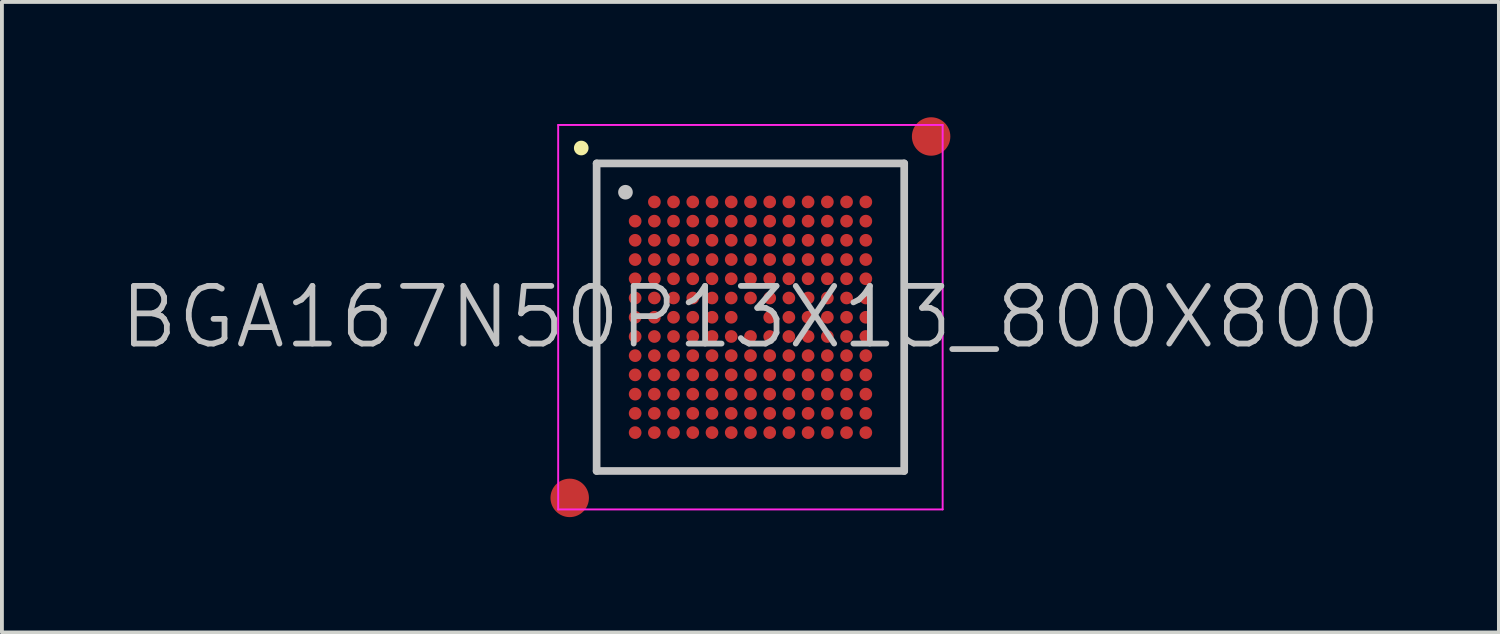
<source format=kicad_pcb>
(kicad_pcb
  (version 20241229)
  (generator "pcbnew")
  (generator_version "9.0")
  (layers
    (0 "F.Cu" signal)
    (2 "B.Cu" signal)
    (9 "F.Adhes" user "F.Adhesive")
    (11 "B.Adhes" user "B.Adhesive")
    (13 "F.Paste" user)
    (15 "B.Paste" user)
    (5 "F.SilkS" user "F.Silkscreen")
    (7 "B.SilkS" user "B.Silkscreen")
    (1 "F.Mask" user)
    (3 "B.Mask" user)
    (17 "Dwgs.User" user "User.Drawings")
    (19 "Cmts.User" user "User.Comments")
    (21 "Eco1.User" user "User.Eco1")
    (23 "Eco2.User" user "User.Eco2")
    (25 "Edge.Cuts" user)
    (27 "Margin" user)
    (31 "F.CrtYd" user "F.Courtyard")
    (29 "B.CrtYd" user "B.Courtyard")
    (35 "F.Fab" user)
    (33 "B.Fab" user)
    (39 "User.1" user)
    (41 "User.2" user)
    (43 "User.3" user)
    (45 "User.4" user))
  (footprint "BGA167N50P13X13_800X800"
    (layer "F.Cu")
    (at 16.468 5.2)
    (property "Reference" "BGA167N50P13X13_800X800" (at 0 0 0) (layer "Dwgs.User") (effects (font (size 1.5 1.5) (thickness 0.15))))
    (attr smd)
    (fp_line (start -4.4 -4.4) (end -4.4 -4.4) (stroke (width 0.381) (type solid)) (layer "F.SilkS"))
    (fp_line (start -4 -4) (end -4 4) (stroke (width 0.2) (type solid)) (layer "Dwgs.User"))
    (fp_line (start -4 -4) (end 4 -4) (stroke (width 0.2) (type solid)) (layer "Dwgs.User"))
    (fp_line (start -4 4) (end 4 4) (stroke (width 0.2) (type solid)) (layer "Dwgs.User"))
    (fp_line (start -3.25 -3.25) (end -3.25 -3.25) (stroke (width 0.381) (type solid)) (layer "Dwgs.User"))
    (fp_line (start 4 -4) (end 4 4) (stroke (width 0.2) (type solid)) (layer "Dwgs.User"))
    (fp_line (start -5 -5) (end -5 5) (stroke (width 0.05) (type solid)) (layer "F.CrtYd"))
    (fp_line (start -5 -5) (end 5 -5) (stroke (width 0.05) (type solid)) (layer "F.CrtYd"))
    (fp_line (start -5 5) (end 5 5) (stroke (width 0.05) (type solid)) (layer "F.CrtYd"))
    (fp_line (start 5 -5) (end 5 5) (stroke (width 0.05) (type solid)) (layer "F.CrtYd"))
    (pad "" smd circle (at -4.7 4.7) (size 1 1) (layers "F.Cu" "F.Mask"))
    (pad "" smd circle (at 4.7 -4.7) (size 1 1) (layers "F.Cu" "F.Mask"))
    (pad "A2" smd circle (at -2.498 -2.998) (size 0.33 0.33) (layers "F.Cu" "F.Mask" "F.Paste"))
    (pad "A3" smd circle (at -2 -2.998) (size 0.33 0.33) (layers "F.Cu" "F.Mask" "F.Paste"))
    (pad "A4" smd circle (at -1.499 -2.998) (size 0.33 0.33) (layers "F.Cu" "F.Mask" "F.Paste"))
    (pad "A5" smd circle (at -0.999 -2.998) (size 0.33 0.33) (layers "F.Cu" "F.Mask" "F.Paste"))
    (pad "A6" smd circle (at -0.499 -2.998) (size 0.33 0.33) (layers "F.Cu" "F.Mask" "F.Paste"))
    (pad "A7" smd circle (at 0.002 -2.998) (size 0.33 0.33) (layers "F.Cu" "F.Mask" "F.Paste"))
    (pad "A8" smd circle (at 0.502 -2.998) (size 0.33 0.33) (layers "F.Cu" "F.Mask" "F.Paste"))
    (pad "A9" smd circle (at 1 -2.998) (size 0.33 0.33) (layers "F.Cu" "F.Mask" "F.Paste"))
    (pad "A10" smd circle (at 1.5 -2.998) (size 0.33 0.33) (layers "F.Cu" "F.Mask" "F.Paste"))
    (pad "A11" smd circle (at 2.001 -2.998) (size 0.33 0.33) (layers "F.Cu" "F.Mask" "F.Paste"))
    (pad "A12" smd circle (at 2.501 -2.998) (size 0.33 0.33) (layers "F.Cu" "F.Mask" "F.Paste"))
    (pad "A13" smd circle (at 3.002 -2.998) (size 0.33 0.33) (layers "F.Cu" "F.Mask" "F.Paste"))
    (pad "B1" smd circle (at -2.998 -2.498) (size 0.33 0.33) (layers "F.Cu" "F.Mask" "F.Paste"))
    (pad "B2" smd circle (at -2.498 -2.498) (size 0.33 0.33) (layers "F.Cu" "F.Mask" "F.Paste"))
    (pad "B3" smd circle (at -2 -2.498) (size 0.33 0.33) (layers "F.Cu" "F.Mask" "F.Paste"))
    (pad "B4" smd circle (at -1.499 -2.498) (size 0.33 0.33) (layers "F.Cu" "F.Mask" "F.Paste"))
    (pad "B5" smd circle (at -0.999 -2.498) (size 0.33 0.33) (layers "F.Cu" "F.Mask" "F.Paste"))
    (pad "B6" smd circle (at -0.499 -2.498) (size 0.33 0.33) (layers "F.Cu" "F.Mask" "F.Paste"))
    (pad "B7" smd circle (at 0.002 -2.498) (size 0.33 0.33) (layers "F.Cu" "F.Mask" "F.Paste"))
    (pad "B8" smd circle (at 0.502 -2.498) (size 0.33 0.33) (layers "F.Cu" "F.Mask" "F.Paste"))
    (pad "B9" smd circle (at 1 -2.498) (size 0.33 0.33) (layers "F.Cu" "F.Mask" "F.Paste"))
    (pad "B10" smd circle (at 1.5 -2.498) (size 0.33 0.33) (layers "F.Cu" "F.Mask" "F.Paste"))
    (pad "B11" smd circle (at 2.001 -2.498) (size 0.33 0.33) (layers "F.Cu" "F.Mask" "F.Paste"))
    (pad "B12" smd circle (at 2.501 -2.498) (size 0.33 0.33) (layers "F.Cu" "F.Mask" "F.Paste"))
    (pad "B13" smd circle (at 3.002 -2.498) (size 0.33 0.33) (layers "F.Cu" "F.Mask" "F.Paste"))
    (pad "C1" smd circle (at -2.998 -2) (size 0.33 0.33) (layers "F.Cu" "F.Mask" "F.Paste"))
    (pad "C2" smd circle (at -2.498 -2) (size 0.33 0.33) (layers "F.Cu" "F.Mask" "F.Paste"))
    (pad "C3" smd circle (at -2 -2) (size 0.33 0.33) (layers "F.Cu" "F.Mask" "F.Paste"))
    (pad "C4" smd circle (at -1.499 -2) (size 0.33 0.33) (layers "F.Cu" "F.Mask" "F.Paste"))
    (pad "C5" smd circle (at -0.999 -2) (size 0.33 0.33) (layers "F.Cu" "F.Mask" "F.Paste"))
    (pad "C6" smd circle (at -0.499 -2) (size 0.33 0.33) (layers "F.Cu" "F.Mask" "F.Paste"))
    (pad "C7" smd circle (at 0.002 -2) (size 0.33 0.33) (layers "F.Cu" "F.Mask" "F.Paste"))
    (pad "C8" smd circle (at 0.502 -2) (size 0.33 0.33) (layers "F.Cu" "F.Mask" "F.Paste"))
    (pad "C9" smd circle (at 1 -2) (size 0.33 0.33) (layers "F.Cu" "F.Mask" "F.Paste"))
    (pad "C10" smd circle (at 1.5 -2) (size 0.33 0.33) (layers "F.Cu" "F.Mask" "F.Paste"))
    (pad "C11" smd circle (at 2.001 -2) (size 0.33 0.33) (layers "F.Cu" "F.Mask" "F.Paste"))
    (pad "C12" smd circle (at 2.501 -2) (size 0.33 0.33) (layers "F.Cu" "F.Mask" "F.Paste"))
    (pad "C13" smd circle (at 3.002 -2) (size 0.33 0.33) (layers "F.Cu" "F.Mask" "F.Paste"))
    (pad "D1" smd circle (at -2.998 -1.499) (size 0.33 0.33) (layers "F.Cu" "F.Mask" "F.Paste"))
    (pad "D2" smd circle (at -2.498 -1.499) (size 0.33 0.33) (layers "F.Cu" "F.Mask" "F.Paste"))
    (pad "D3" smd circle (at -2 -1.499) (size 0.33 0.33) (layers "F.Cu" "F.Mask" "F.Paste"))
    (pad "D4" smd circle (at -1.499 -1.499) (size 0.33 0.33) (layers "F.Cu" "F.Mask" "F.Paste"))
    (pad "D5" smd circle (at -0.999 -1.499) (size 0.33 0.33) (layers "F.Cu" "F.Mask" "F.Paste"))
    (pad "D6" smd circle (at -0.499 -1.499) (size 0.33 0.33) (layers "F.Cu" "F.Mask" "F.Paste"))
    (pad "D7" smd circle (at 0.002 -1.499) (size 0.33 0.33) (layers "F.Cu" "F.Mask" "F.Paste"))
    (pad "D8" smd circle (at 0.502 -1.499) (size 0.33 0.33) (layers "F.Cu" "F.Mask" "F.Paste"))
    (pad "D9" smd circle (at 1 -1.499) (size 0.33 0.33) (layers "F.Cu" "F.Mask" "F.Paste"))
    (pad "D10" smd circle (at 1.5 -1.499) (size 0.33 0.33) (layers "F.Cu" "F.Mask" "F.Paste"))
    (pad "D11" smd circle (at 2.001 -1.499) (size 0.33 0.33) (layers "F.Cu" "F.Mask" "F.Paste"))
    (pad "D12" smd circle (at 2.501 -1.499) (size 0.33 0.33) (layers "F.Cu" "F.Mask" "F.Paste"))
    (pad "D13" smd circle (at 3.002 -1.499) (size 0.33 0.33) (layers "F.Cu" "F.Mask" "F.Paste"))
    (pad "E1" smd circle (at -2.998 -0.999) (size 0.33 0.33) (layers "F.Cu" "F.Mask" "F.Paste"))
    (pad "E2" smd circle (at -2.498 -0.999) (size 0.33 0.33) (layers "F.Cu" "F.Mask" "F.Paste"))
    (pad "E3" smd circle (at -2 -0.999) (size 0.33 0.33) (layers "F.Cu" "F.Mask" "F.Paste"))
    (pad "E4" smd circle (at -1.499 -0.999) (size 0.33 0.33) (layers "F.Cu" "F.Mask" "F.Paste"))
    (pad "E5" smd circle (at -0.999 -0.999) (size 0.33 0.33) (layers "F.Cu" "F.Mask" "F.Paste"))
    (pad "E6" smd circle (at -0.499 -0.999) (size 0.33 0.33) (layers "F.Cu" "F.Mask" "F.Paste"))
    (pad "E7" smd circle (at 0.002 -0.999) (size 0.33 0.33) (layers "F.Cu" "F.Mask" "F.Paste"))
    (pad "E8" smd circle (at 0.502 -0.999) (size 0.33 0.33) (layers "F.Cu" "F.Mask" "F.Paste"))
    (pad "E9" smd circle (at 1 -0.999) (size 0.33 0.33) (layers "F.Cu" "F.Mask" "F.Paste"))
    (pad "E10" smd circle (at 1.5 -0.999) (size 0.33 0.33) (layers "F.Cu" "F.Mask" "F.Paste"))
    (pad "E11" smd circle (at 2.001 -0.999) (size 0.33 0.33) (layers "F.Cu" "F.Mask" "F.Paste"))
    (pad "E12" smd circle (at 2.501 -0.999) (size 0.33 0.33) (layers "F.Cu" "F.Mask" "F.Paste"))
    (pad "E13" smd circle (at 3.002 -0.999) (size 0.33 0.33) (layers "F.Cu" "F.Mask" "F.Paste"))
    (pad "F1" smd circle (at -2.998 -0.499) (size 0.33 0.33) (layers "F.Cu" "F.Mask" "F.Paste"))
    (pad "F2" smd circle (at -2.498 -0.499) (size 0.33 0.33) (layers "F.Cu" "F.Mask" "F.Paste"))
    (pad "F3" smd circle (at -2 -0.499) (size 0.33 0.33) (layers "F.Cu" "F.Mask" "F.Paste"))
    (pad "F4" smd circle (at -1.499 -0.499) (size 0.33 0.33) (layers "F.Cu" "F.Mask" "F.Paste"))
    (pad "F5" smd circle (at -0.999 -0.499) (size 0.33 0.33) (layers "F.Cu" "F.Mask" "F.Paste"))
    (pad "F6" smd circle (at -0.499 -0.499) (size 0.33 0.33) (layers "F.Cu" "F.Mask" "F.Paste"))
    (pad "F7" smd circle (at 0.002 -0.499) (size 0.33 0.33) (layers "F.Cu" "F.Mask" "F.Paste"))
    (pad "F8" smd circle (at 0.502 -0.499) (size 0.33 0.33) (layers "F.Cu" "F.Mask" "F.Paste"))
    (pad "F9" smd circle (at 1 -0.499) (size 0.33 0.33) (layers "F.Cu" "F.Mask" "F.Paste"))
    (pad "F10" smd circle (at 1.5 -0.499) (size 0.33 0.33) (layers "F.Cu" "F.Mask" "F.Paste"))
    (pad "F11" smd circle (at 2.001 -0.499) (size 0.33 0.33) (layers "F.Cu" "F.Mask" "F.Paste"))
    (pad "F12" smd circle (at 2.501 -0.499) (size 0.33 0.33) (layers "F.Cu" "F.Mask" "F.Paste"))
    (pad "F13" smd circle (at 3.002 -0.499) (size 0.33 0.33) (layers "F.Cu" "F.Mask" "F.Paste"))
    (pad "G1" smd circle (at -2.998 0.002) (size 0.33 0.33) (layers "F.Cu" "F.Mask" "F.Paste"))
    (pad "G2" smd circle (at -2.498 0.002) (size 0.33 0.33) (layers "F.Cu" "F.Mask" "F.Paste"))
    (pad "G3" smd circle (at -2 0.002) (size 0.33 0.33) (layers "F.Cu" "F.Mask" "F.Paste"))
    (pad "G4" smd circle (at -1.499 0.002) (size 0.33 0.33) (layers "F.Cu" "F.Mask" "F.Paste"))
    (pad "G5" smd circle (at -0.999 0.002) (size 0.33 0.33) (layers "F.Cu" "F.Mask" "F.Paste"))
    (pad "G6" smd circle (at -0.499 0.002) (size 0.33 0.33) (layers "F.Cu" "F.Mask" "F.Paste"))
    (pad "G8" smd circle (at 0.502 0.002) (size 0.33 0.33) (layers "F.Cu" "F.Mask" "F.Paste"))
    (pad "G9" smd circle (at 1 0.002) (size 0.33 0.33) (layers "F.Cu" "F.Mask" "F.Paste"))
    (pad "G10" smd circle (at 1.5 0.002) (size 0.33 0.33) (layers "F.Cu" "F.Mask" "F.Paste"))
    (pad "G11" smd circle (at 2.001 0.002) (size 0.33 0.33) (layers "F.Cu" "F.Mask" "F.Paste"))
    (pad "G12" smd circle (at 2.501 0.002) (size 0.33 0.33) (layers "F.Cu" "F.Mask" "F.Paste"))
    (pad "G13" smd circle (at 3.002 0.002) (size 0.33 0.33) (layers "F.Cu" "F.Mask" "F.Paste"))
    (pad "H1" smd circle (at -2.998 0.502) (size 0.33 0.33) (layers "F.Cu" "F.Mask" "F.Paste"))
    (pad "H2" smd circle (at -2.498 0.502) (size 0.33 0.33) (layers "F.Cu" "F.Mask" "F.Paste"))
    (pad "H3" smd circle (at -2 0.502) (size 0.33 0.33) (layers "F.Cu" "F.Mask" "F.Paste"))
    (pad "H4" smd circle (at -1.499 0.502) (size 0.33 0.33) (layers "F.Cu" "F.Mask" "F.Paste"))
    (pad "H5" smd circle (at -0.999 0.502) (size 0.33 0.33) (layers "F.Cu" "F.Mask" "F.Paste"))
    (pad "H6" smd circle (at -0.499 0.502) (size 0.33 0.33) (layers "F.Cu" "F.Mask" "F.Paste"))
    (pad "H7" smd circle (at 0.002 0.502) (size 0.33 0.33) (layers "F.Cu" "F.Mask" "F.Paste"))
    (pad "H8" smd circle (at 0.502 0.502) (size 0.33 0.33) (layers "F.Cu" "F.Mask" "F.Paste"))
    (pad "H9" smd circle (at 1 0.502) (size 0.33 0.33) (layers "F.Cu" "F.Mask" "F.Paste"))
    (pad "H10" smd circle (at 1.5 0.502) (size 0.33 0.33) (layers "F.Cu" "F.Mask" "F.Paste"))
    (pad "H11" smd circle (at 2.001 0.502) (size 0.33 0.33) (layers "F.Cu" "F.Mask" "F.Paste"))
    (pad "H12" smd circle (at 2.501 0.502) (size 0.33 0.33) (layers "F.Cu" "F.Mask" "F.Paste"))
    (pad "H13" smd circle (at 3.002 0.502) (size 0.33 0.33) (layers "F.Cu" "F.Mask" "F.Paste"))
    (pad "J1" smd circle (at -2.998 1) (size 0.33 0.33) (layers "F.Cu" "F.Mask" "F.Paste"))
    (pad "J2" smd circle (at -2.498 1) (size 0.33 0.33) (layers "F.Cu" "F.Mask" "F.Paste"))
    (pad "J3" smd circle (at -2 1) (size 0.33 0.33) (layers "F.Cu" "F.Mask" "F.Paste"))
    (pad "J4" smd circle (at -1.499 1) (size 0.33 0.33) (layers "F.Cu" "F.Mask" "F.Paste"))
    (pad "J5" smd circle (at -0.999 1) (size 0.33 0.33) (layers "F.Cu" "F.Mask" "F.Paste"))
    (pad "J6" smd circle (at -0.499 1) (size 0.33 0.33) (layers "F.Cu" "F.Mask" "F.Paste"))
    (pad "J7" smd circle (at 0.002 1) (size 0.33 0.33) (layers "F.Cu" "F.Mask" "F.Paste"))
    (pad "J8" smd circle (at 0.502 1) (size 0.33 0.33) (layers "F.Cu" "F.Mask" "F.Paste"))
    (pad "J9" smd circle (at 1 1) (size 0.33 0.33) (layers "F.Cu" "F.Mask" "F.Paste"))
    (pad "J10" smd circle (at 1.5 1) (size 0.33 0.33) (layers "F.Cu" "F.Mask" "F.Paste"))
    (pad "J11" smd circle (at 2.001 1) (size 0.33 0.33) (layers "F.Cu" "F.Mask" "F.Paste"))
    (pad "J12" smd circle (at 2.501 1) (size 0.33 0.33) (layers "F.Cu" "F.Mask" "F.Paste"))
    (pad "J13" smd circle (at 3.002 1) (size 0.33 0.33) (layers "F.Cu" "F.Mask" "F.Paste"))
    (pad "K1" smd circle (at -2.998 1.5) (size 0.33 0.33) (layers "F.Cu" "F.Mask" "F.Paste"))
    (pad "K2" smd circle (at -2.498 1.5) (size 0.33 0.33) (layers "F.Cu" "F.Mask" "F.Paste"))
    (pad "K3" smd circle (at -2 1.5) (size 0.33 0.33) (layers "F.Cu" "F.Mask" "F.Paste"))
    (pad "K4" smd circle (at -1.499 1.5) (size 0.33 0.33) (layers "F.Cu" "F.Mask" "F.Paste"))
    (pad "K5" smd circle (at -0.999 1.5) (size 0.33 0.33) (layers "F.Cu" "F.Mask" "F.Paste"))
    (pad "K6" smd circle (at -0.499 1.5) (size 0.33 0.33) (layers "F.Cu" "F.Mask" "F.Paste"))
    (pad "K7" smd circle (at 0.002 1.5) (size 0.33 0.33) (layers "F.Cu" "F.Mask" "F.Paste"))
    (pad "K8" smd circle (at 0.502 1.5) (size 0.33 0.33) (layers "F.Cu" "F.Mask" "F.Paste"))
    (pad "K9" smd circle (at 1 1.5) (size 0.33 0.33) (layers "F.Cu" "F.Mask" "F.Paste"))
    (pad "K10" smd circle (at 1.5 1.5) (size 0.33 0.33) (layers "F.Cu" "F.Mask" "F.Paste"))
    (pad "K11" smd circle (at 2.001 1.5) (size 0.33 0.33) (layers "F.Cu" "F.Mask" "F.Paste"))
    (pad "K12" smd circle (at 2.501 1.5) (size 0.33 0.33) (layers "F.Cu" "F.Mask" "F.Paste"))
    (pad "K13" smd circle (at 3.002 1.5) (size 0.33 0.33) (layers "F.Cu" "F.Mask" "F.Paste"))
    (pad "L1" smd circle (at -2.998 2.001) (size 0.33 0.33) (layers "F.Cu" "F.Mask" "F.Paste"))
    (pad "L2" smd circle (at -2.498 2.001) (size 0.33 0.33) (layers "F.Cu" "F.Mask" "F.Paste"))
    (pad "L3" smd circle (at -2 2.001) (size 0.33 0.33) (layers "F.Cu" "F.Mask" "F.Paste"))
    (pad "L4" smd circle (at -1.499 2.001) (size 0.33 0.33) (layers "F.Cu" "F.Mask" "F.Paste"))
    (pad "L5" smd circle (at -0.999 2.001) (size 0.33 0.33) (layers "F.Cu" "F.Mask" "F.Paste"))
    (pad "L6" smd circle (at -0.499 2.001) (size 0.33 0.33) (layers "F.Cu" "F.Mask" "F.Paste"))
    (pad "L7" smd circle (at 0.002 2.001) (size 0.33 0.33) (layers "F.Cu" "F.Mask" "F.Paste"))
    (pad "L8" smd circle (at 0.502 2.001) (size 0.33 0.33) (layers "F.Cu" "F.Mask" "F.Paste"))
    (pad "L9" smd circle (at 1 2.001) (size 0.33 0.33) (layers "F.Cu" "F.Mask" "F.Paste"))
    (pad "L10" smd circle (at 1.5 2.001) (size 0.33 0.33) (layers "F.Cu" "F.Mask" "F.Paste"))
    (pad "L11" smd circle (at 2.001 2.001) (size 0.33 0.33) (layers "F.Cu" "F.Mask" "F.Paste"))
    (pad "L12" smd circle (at 2.501 2.001) (size 0.33 0.33) (layers "F.Cu" "F.Mask" "F.Paste"))
    (pad "L13" smd circle (at 3.002 2.001) (size 0.33 0.33) (layers "F.Cu" "F.Mask" "F.Paste"))
    (pad "M1" smd circle (at -2.998 2.501) (size 0.33 0.33) (layers "F.Cu" "F.Mask" "F.Paste"))
    (pad "M2" smd circle (at -2.498 2.501) (size 0.33 0.33) (layers "F.Cu" "F.Mask" "F.Paste"))
    (pad "M3" smd circle (at -2 2.501) (size 0.33 0.33) (layers "F.Cu" "F.Mask" "F.Paste"))
    (pad "M4" smd circle (at -1.499 2.501) (size 0.33 0.33) (layers "F.Cu" "F.Mask" "F.Paste"))
    (pad "M5" smd circle (at -0.999 2.501) (size 0.33 0.33) (layers "F.Cu" "F.Mask" "F.Paste"))
    (pad "M6" smd circle (at -0.499 2.501) (size 0.33 0.33) (layers "F.Cu" "F.Mask" "F.Paste"))
    (pad "M7" smd circle (at 0.002 2.501) (size 0.33 0.33) (layers "F.Cu" "F.Mask" "F.Paste"))
    (pad "M8" smd circle (at 0.502 2.501) (size 0.33 0.33) (layers "F.Cu" "F.Mask" "F.Paste"))
    (pad "M9" smd circle (at 1 2.501) (size 0.33 0.33) (layers "F.Cu" "F.Mask" "F.Paste"))
    (pad "M10" smd circle (at 1.5 2.501) (size 0.33 0.33) (layers "F.Cu" "F.Mask" "F.Paste"))
    (pad "M11" smd circle (at 2.001 2.501) (size 0.33 0.33) (layers "F.Cu" "F.Mask" "F.Paste"))
    (pad "M12" smd circle (at 2.501 2.501) (size 0.33 0.33) (layers "F.Cu" "F.Mask" "F.Paste"))
    (pad "M13" smd circle (at 3.002 2.501) (size 0.33 0.33) (layers "F.Cu" "F.Mask" "F.Paste"))
    (pad "N1" smd circle (at -2.998 3.002) (size 0.33 0.33) (layers "F.Cu" "F.Mask" "F.Paste"))
    (pad "N2" smd circle (at -2.498 3.002) (size 0.33 0.33) (layers "F.Cu" "F.Mask" "F.Paste"))
    (pad "N3" smd circle (at -2 3.002) (size 0.33 0.33) (layers "F.Cu" "F.Mask" "F.Paste"))
    (pad "N4" smd circle (at -1.499 3.002) (size 0.33 0.33) (layers "F.Cu" "F.Mask" "F.Paste"))
    (pad "N5" smd circle (at -0.999 3.002) (size 0.33 0.33) (layers "F.Cu" "F.Mask" "F.Paste"))
    (pad "N6" smd circle (at -0.499 3.002) (size 0.33 0.33) (layers "F.Cu" "F.Mask" "F.Paste"))
    (pad "N7" smd circle (at 0.002 3.002) (size 0.33 0.33) (layers "F.Cu" "F.Mask" "F.Paste"))
    (pad "N8" smd circle (at 0.502 3.002) (size 0.33 0.33) (layers "F.Cu" "F.Mask" "F.Paste"))
    (pad "N9" smd circle (at 1 3.002) (size 0.33 0.33) (layers "F.Cu" "F.Mask" "F.Paste"))
    (pad "N10" smd circle (at 1.5 3.002) (size 0.33 0.33) (layers "F.Cu" "F.Mask" "F.Paste"))
    (pad "N11" smd circle (at 2.001 3.002) (size 0.33 0.33) (layers "F.Cu" "F.Mask" "F.Paste"))
    (pad "N12" smd circle (at 2.501 3.002) (size 0.33 0.33) (layers "F.Cu" "F.Mask" "F.Paste"))
    (pad "N13" smd circle (at 3.002 3.002) (size 0.33 0.33) (layers "F.Cu" "F.Mask" "F.Paste")))
  (gr_rect
    (start -3 -3)
    (end 35.936 13.4)
    (stroke (width 0.1) (type default))
    (fill no)
    (layer "Edge.Cuts")))
</source>
